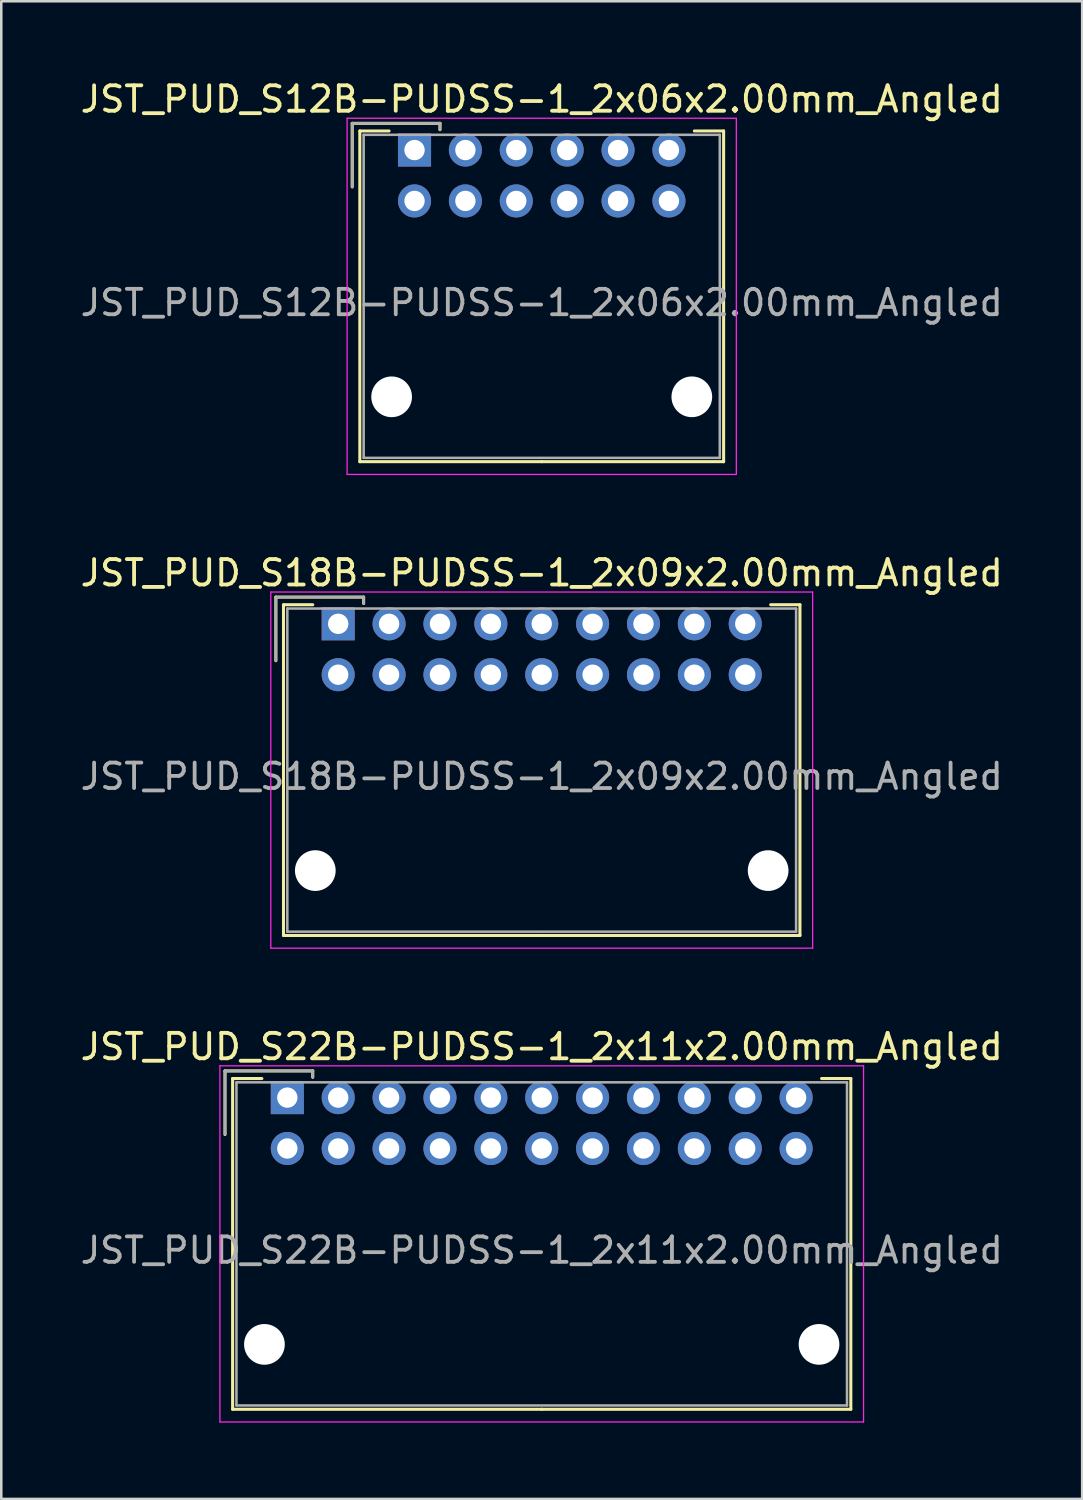
<source format=kicad_pcb>
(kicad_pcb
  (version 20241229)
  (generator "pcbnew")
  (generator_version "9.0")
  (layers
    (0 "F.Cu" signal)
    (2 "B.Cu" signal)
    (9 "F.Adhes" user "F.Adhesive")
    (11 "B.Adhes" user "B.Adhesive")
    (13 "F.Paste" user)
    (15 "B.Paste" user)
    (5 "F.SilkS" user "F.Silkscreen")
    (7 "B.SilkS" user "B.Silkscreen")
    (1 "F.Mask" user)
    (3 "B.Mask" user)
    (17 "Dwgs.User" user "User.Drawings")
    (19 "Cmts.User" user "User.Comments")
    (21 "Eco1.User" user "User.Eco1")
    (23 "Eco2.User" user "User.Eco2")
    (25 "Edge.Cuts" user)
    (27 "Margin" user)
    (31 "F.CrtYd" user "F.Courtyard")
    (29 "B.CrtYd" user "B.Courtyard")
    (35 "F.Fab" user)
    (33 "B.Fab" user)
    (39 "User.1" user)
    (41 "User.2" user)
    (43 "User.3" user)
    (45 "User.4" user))
  (footprint "JST_PUD_S12B-PUDSS-1_2x06x2.00mm_Angled"
    (layer "F.Cu")
    (at 13.244 2.848)
    (property "Reference" "JST_PUD_S12B-PUDSS-1_2x06x2.00mm_Angled" (at 5 -2 0) (layer "F.SilkS") (effects (font (size 1 1) (thickness 0.15))))
    (attr through_hole)
    (fp_line (start -2.45 -1.05) (end -2.45 1.45) (stroke (width 0.12) (type solid)) (layer "F.SilkS"))
    (fp_line (start -2.15 -0.75) (end -2.15 12.25) (stroke (width 0.12) (type solid)) (layer "F.SilkS"))
    (fp_line (start -2.15 12.25) (end 5 12.25) (stroke (width 0.12) (type solid)) (layer "F.SilkS"))
    (fp_line (start -1 -0.75) (end -2.15 -0.75) (stroke (width 0.12) (type solid)) (layer "F.SilkS"))
    (fp_line (start 1 -1.05) (end -2.45 -1.05) (stroke (width 0.12) (type solid)) (layer "F.SilkS"))
    (fp_line (start 1 -0.8) (end 1 -1.05) (stroke (width 0.12) (type solid)) (layer "F.SilkS"))
    (fp_line (start 11 -0.75) (end 12.15 -0.75) (stroke (width 0.12) (type solid)) (layer "F.SilkS"))
    (fp_line (start 12.15 -0.75) (end 12.15 12.25) (stroke (width 0.12) (type solid)) (layer "F.SilkS"))
    (fp_line (start 12.15 12.25) (end 5 12.25) (stroke (width 0.12) (type solid)) (layer "F.SilkS"))
    (fp_line (start -2.65 -1.25) (end -2.65 12.75) (stroke (width 0.05) (type solid)) (layer "F.CrtYd"))
    (fp_line (start -2.65 12.75) (end 12.65 12.75) (stroke (width 0.05) (type solid)) (layer "F.CrtYd"))
    (fp_line (start 12.65 -1.25) (end -2.65 -1.25) (stroke (width 0.05) (type solid)) (layer "F.CrtYd"))
    (fp_line (start 12.65 12.75) (end 12.65 -1.25) (stroke (width 0.05) (type solid)) (layer "F.CrtYd"))
    (fp_line (start -2.45 -1.05) (end -2.45 1.45) (stroke (width 0.1) (type solid)) (layer "F.Fab"))
    (fp_line (start -2 -0.6) (end -2 12.1) (stroke (width 0.1) (type solid)) (layer "F.Fab"))
    (fp_line (start -2 12.1) (end 12 12.1) (stroke (width 0.1) (type solid)) (layer "F.Fab"))
    (fp_line (start 1 -1.05) (end -2.45 -1.05) (stroke (width 0.1) (type solid)) (layer "F.Fab"))
    (fp_line (start 1 -0.8) (end 1 -1.05) (stroke (width 0.1) (type solid)) (layer "F.Fab"))
    (fp_line (start 12 -0.6) (end -2 -0.6) (stroke (width 0.1) (type solid)) (layer "F.Fab"))
    (fp_line (start 12 12.1) (end 12 -0.6) (stroke (width 0.1) (type solid)) (layer "F.Fab"))
    (fp_text user "${REFERENCE}" (at 5 6 0) (layer "F.Fab") (effects (font (size 1 1) (thickness 0.15))))
    (pad "" np_thru_hole circle (at -0.9 9.7) (size 1.6 1.6) (drill 1.6) (layers "*.Cu"))
    (pad "" np_thru_hole circle (at 10.9 9.7) (size 1.6 1.6) (drill 1.6) (layers "*.Cu"))
    (pad "1" thru_hole rect (at 0 0) (size 1.3 1.3) (drill 0.8) (layers "*.Cu" "*.Mask"))
    (pad "2" thru_hole circle (at 0 2) (size 1.3 1.3) (drill 0.8) (layers "*.Cu" "*.Mask"))
    (pad "3" thru_hole circle (at 2 0) (size 1.3 1.3) (drill 0.8) (layers "*.Cu" "*.Mask"))
    (pad "4" thru_hole circle (at 2 2) (size 1.3 1.3) (drill 0.8) (layers "*.Cu" "*.Mask"))
    (pad "5" thru_hole circle (at 4 0) (size 1.3 1.3) (drill 0.8) (layers "*.Cu" "*.Mask"))
    (pad "6" thru_hole circle (at 4 2) (size 1.3 1.3) (drill 0.8) (layers "*.Cu" "*.Mask"))
    (pad "7" thru_hole circle (at 6 0) (size 1.3 1.3) (drill 0.8) (layers "*.Cu" "*.Mask"))
    (pad "8" thru_hole circle (at 6 2) (size 1.3 1.3) (drill 0.8) (layers "*.Cu" "*.Mask"))
    (pad "9" thru_hole circle (at 8 0) (size 1.3 1.3) (drill 0.8) (layers "*.Cu" "*.Mask"))
    (pad "10" thru_hole circle (at 8 2) (size 1.3 1.3) (drill 0.8) (layers "*.Cu" "*.Mask"))
    (pad "11" thru_hole circle (at 10 0) (size 1.3 1.3) (drill 0.8) (layers "*.Cu" "*.Mask"))
    (pad "12" thru_hole circle (at 10 2) (size 1.3 1.3) (drill 0.8) (layers "*.Cu" "*.Mask")))
  (footprint "JST_PUD_S18B-PUDSS-1_2x09x2.00mm_Angled"
    (layer "F.Cu")
    (at 10.244 21.471)
    (property "Reference" "JST_PUD_S18B-PUDSS-1_2x09x2.00mm_Angled" (at 8 -2 0) (layer "F.SilkS") (effects (font (size 1 1) (thickness 0.15))))
    (attr through_hole)
    (fp_line (start -2.45 -1.05) (end -2.45 1.45) (stroke (width 0.12) (type solid)) (layer "F.SilkS"))
    (fp_line (start -2.15 -0.75) (end -2.15 12.25) (stroke (width 0.12) (type solid)) (layer "F.SilkS"))
    (fp_line (start -2.15 12.25) (end 8 12.25) (stroke (width 0.12) (type solid)) (layer "F.SilkS"))
    (fp_line (start -1 -0.75) (end -2.15 -0.75) (stroke (width 0.12) (type solid)) (layer "F.SilkS"))
    (fp_line (start 1 -1.05) (end -2.45 -1.05) (stroke (width 0.12) (type solid)) (layer "F.SilkS"))
    (fp_line (start 1 -0.8) (end 1 -1.05) (stroke (width 0.12) (type solid)) (layer "F.SilkS"))
    (fp_line (start 17 -0.75) (end 18.15 -0.75) (stroke (width 0.12) (type solid)) (layer "F.SilkS"))
    (fp_line (start 18.15 -0.75) (end 18.15 12.25) (stroke (width 0.12) (type solid)) (layer "F.SilkS"))
    (fp_line (start 18.15 12.25) (end 8 12.25) (stroke (width 0.12) (type solid)) (layer "F.SilkS"))
    (fp_line (start -2.65 -1.25) (end -2.65 12.75) (stroke (width 0.05) (type solid)) (layer "F.CrtYd"))
    (fp_line (start -2.65 12.75) (end 18.65 12.75) (stroke (width 0.05) (type solid)) (layer "F.CrtYd"))
    (fp_line (start 18.65 -1.25) (end -2.65 -1.25) (stroke (width 0.05) (type solid)) (layer "F.CrtYd"))
    (fp_line (start 18.65 12.75) (end 18.65 -1.25) (stroke (width 0.05) (type solid)) (layer "F.CrtYd"))
    (fp_line (start -2.45 -1.05) (end -2.45 1.45) (stroke (width 0.1) (type solid)) (layer "F.Fab"))
    (fp_line (start -2 -0.6) (end -2 12.1) (stroke (width 0.1) (type solid)) (layer "F.Fab"))
    (fp_line (start -2 12.1) (end 18 12.1) (stroke (width 0.1) (type solid)) (layer "F.Fab"))
    (fp_line (start 1 -1.05) (end -2.45 -1.05) (stroke (width 0.1) (type solid)) (layer "F.Fab"))
    (fp_line (start 1 -0.8) (end 1 -1.05) (stroke (width 0.1) (type solid)) (layer "F.Fab"))
    (fp_line (start 18 -0.6) (end -2 -0.6) (stroke (width 0.1) (type solid)) (layer "F.Fab"))
    (fp_line (start 18 12.1) (end 18 -0.6) (stroke (width 0.1) (type solid)) (layer "F.Fab"))
    (fp_text user "${REFERENCE}" (at 8 6 0) (layer "F.Fab") (effects (font (size 1 1) (thickness 0.15))))
    (pad "" np_thru_hole circle (at -0.9 9.7) (size 1.6 1.6) (drill 1.6) (layers "*.Cu"))
    (pad "" np_thru_hole circle (at 16.9 9.7) (size 1.6 1.6) (drill 1.6) (layers "*.Cu"))
    (pad "1" thru_hole rect (at 0 0) (size 1.3 1.3) (drill 0.8) (layers "*.Cu" "*.Mask"))
    (pad "2" thru_hole circle (at 0 2) (size 1.3 1.3) (drill 0.8) (layers "*.Cu" "*.Mask"))
    (pad "3" thru_hole circle (at 2 0) (size 1.3 1.3) (drill 0.8) (layers "*.Cu" "*.Mask"))
    (pad "4" thru_hole circle (at 2 2) (size 1.3 1.3) (drill 0.8) (layers "*.Cu" "*.Mask"))
    (pad "5" thru_hole circle (at 4 0) (size 1.3 1.3) (drill 0.8) (layers "*.Cu" "*.Mask"))
    (pad "6" thru_hole circle (at 4 2) (size 1.3 1.3) (drill 0.8) (layers "*.Cu" "*.Mask"))
    (pad "7" thru_hole circle (at 6 0) (size 1.3 1.3) (drill 0.8) (layers "*.Cu" "*.Mask"))
    (pad "8" thru_hole circle (at 6 2) (size 1.3 1.3) (drill 0.8) (layers "*.Cu" "*.Mask"))
    (pad "9" thru_hole circle (at 8 0) (size 1.3 1.3) (drill 0.8) (layers "*.Cu" "*.Mask"))
    (pad "10" thru_hole circle (at 8 2) (size 1.3 1.3) (drill 0.8) (layers "*.Cu" "*.Mask"))
    (pad "11" thru_hole circle (at 10 0) (size 1.3 1.3) (drill 0.8) (layers "*.Cu" "*.Mask"))
    (pad "12" thru_hole circle (at 10 2) (size 1.3 1.3) (drill 0.8) (layers "*.Cu" "*.Mask"))
    (pad "13" thru_hole circle (at 12 0) (size 1.3 1.3) (drill 0.8) (layers "*.Cu" "*.Mask"))
    (pad "14" thru_hole circle (at 12 2) (size 1.3 1.3) (drill 0.8) (layers "*.Cu" "*.Mask"))
    (pad "15" thru_hole circle (at 14 0) (size 1.3 1.3) (drill 0.8) (layers "*.Cu" "*.Mask"))
    (pad "16" thru_hole circle (at 14 2) (size 1.3 1.3) (drill 0.8) (layers "*.Cu" "*.Mask"))
    (pad "17" thru_hole circle (at 16 0) (size 1.3 1.3) (drill 0.8) (layers "*.Cu" "*.Mask"))
    (pad "18" thru_hole circle (at 16 2) (size 1.3 1.3) (drill 0.8) (layers "*.Cu" "*.Mask")))
  (footprint "JST_PUD_S22B-PUDSS-1_2x11x2.00mm_Angled"
    (layer "F.Cu")
    (at 8.244 40.095)
    (property "Reference" "JST_PUD_S22B-PUDSS-1_2x11x2.00mm_Angled" (at 10 -2 0) (layer "F.SilkS") (effects (font (size 1 1) (thickness 0.15))))
    (attr through_hole)
    (fp_line (start -2.45 -1.05) (end -2.45 1.45) (stroke (width 0.12) (type solid)) (layer "F.SilkS"))
    (fp_line (start -2.15 -0.75) (end -2.15 12.25) (stroke (width 0.12) (type solid)) (layer "F.SilkS"))
    (fp_line (start -2.15 12.25) (end 10 12.25) (stroke (width 0.12) (type solid)) (layer "F.SilkS"))
    (fp_line (start -1 -0.75) (end -2.15 -0.75) (stroke (width 0.12) (type solid)) (layer "F.SilkS"))
    (fp_line (start 1 -1.05) (end -2.45 -1.05) (stroke (width 0.12) (type solid)) (layer "F.SilkS"))
    (fp_line (start 1 -0.8) (end 1 -1.05) (stroke (width 0.12) (type solid)) (layer "F.SilkS"))
    (fp_line (start 21 -0.75) (end 22.15 -0.75) (stroke (width 0.12) (type solid)) (layer "F.SilkS"))
    (fp_line (start 22.15 -0.75) (end 22.15 12.25) (stroke (width 0.12) (type solid)) (layer "F.SilkS"))
    (fp_line (start 22.15 12.25) (end 10 12.25) (stroke (width 0.12) (type solid)) (layer "F.SilkS"))
    (fp_line (start -2.65 -1.25) (end -2.65 12.75) (stroke (width 0.05) (type solid)) (layer "F.CrtYd"))
    (fp_line (start -2.65 12.75) (end 22.65 12.75) (stroke (width 0.05) (type solid)) (layer "F.CrtYd"))
    (fp_line (start 22.65 -1.25) (end -2.65 -1.25) (stroke (width 0.05) (type solid)) (layer "F.CrtYd"))
    (fp_line (start 22.65 12.75) (end 22.65 -1.25) (stroke (width 0.05) (type solid)) (layer "F.CrtYd"))
    (fp_line (start -2.45 -1.05) (end -2.45 1.45) (stroke (width 0.1) (type solid)) (layer "F.Fab"))
    (fp_line (start -2 -0.6) (end -2 12.1) (stroke (width 0.1) (type solid)) (layer "F.Fab"))
    (fp_line (start -2 12.1) (end 22 12.1) (stroke (width 0.1) (type solid)) (layer "F.Fab"))
    (fp_line (start 1 -1.05) (end -2.45 -1.05) (stroke (width 0.1) (type solid)) (layer "F.Fab"))
    (fp_line (start 1 -0.8) (end 1 -1.05) (stroke (width 0.1) (type solid)) (layer "F.Fab"))
    (fp_line (start 22 -0.6) (end -2 -0.6) (stroke (width 0.1) (type solid)) (layer "F.Fab"))
    (fp_line (start 22 12.1) (end 22 -0.6) (stroke (width 0.1) (type solid)) (layer "F.Fab"))
    (fp_text user "${REFERENCE}" (at 10 6 0) (layer "F.Fab") (effects (font (size 1 1) (thickness 0.15))))
    (pad "" np_thru_hole circle (at -0.9 9.7) (size 1.6 1.6) (drill 1.6) (layers "*.Cu"))
    (pad "" np_thru_hole circle (at 20.9 9.7) (size 1.6 1.6) (drill 1.6) (layers "*.Cu"))
    (pad "1" thru_hole rect (at 0 0) (size 1.3 1.3) (drill 0.8) (layers "*.Cu" "*.Mask"))
    (pad "2" thru_hole circle (at 0 2) (size 1.3 1.3) (drill 0.8) (layers "*.Cu" "*.Mask"))
    (pad "3" thru_hole circle (at 2 0) (size 1.3 1.3) (drill 0.8) (layers "*.Cu" "*.Mask"))
    (pad "4" thru_hole circle (at 2 2) (size 1.3 1.3) (drill 0.8) (layers "*.Cu" "*.Mask"))
    (pad "5" thru_hole circle (at 4 0) (size 1.3 1.3) (drill 0.8) (layers "*.Cu" "*.Mask"))
    (pad "6" thru_hole circle (at 4 2) (size 1.3 1.3) (drill 0.8) (layers "*.Cu" "*.Mask"))
    (pad "7" thru_hole circle (at 6 0) (size 1.3 1.3) (drill 0.8) (layers "*.Cu" "*.Mask"))
    (pad "8" thru_hole circle (at 6 2) (size 1.3 1.3) (drill 0.8) (layers "*.Cu" "*.Mask"))
    (pad "9" thru_hole circle (at 8 0) (size 1.3 1.3) (drill 0.8) (layers "*.Cu" "*.Mask"))
    (pad "10" thru_hole circle (at 8 2) (size 1.3 1.3) (drill 0.8) (layers "*.Cu" "*.Mask"))
    (pad "11" thru_hole circle (at 10 0) (size 1.3 1.3) (drill 0.8) (layers "*.Cu" "*.Mask"))
    (pad "12" thru_hole circle (at 10 2) (size 1.3 1.3) (drill 0.8) (layers "*.Cu" "*.Mask"))
    (pad "13" thru_hole circle (at 12 0) (size 1.3 1.3) (drill 0.8) (layers "*.Cu" "*.Mask"))
    (pad "14" thru_hole circle (at 12 2) (size 1.3 1.3) (drill 0.8) (layers "*.Cu" "*.Mask"))
    (pad "15" thru_hole circle (at 14 0) (size 1.3 1.3) (drill 0.8) (layers "*.Cu" "*.Mask"))
    (pad "16" thru_hole circle (at 14 2) (size 1.3 1.3) (drill 0.8) (layers "*.Cu" "*.Mask"))
    (pad "17" thru_hole circle (at 16 0) (size 1.3 1.3) (drill 0.8) (layers "*.Cu" "*.Mask"))
    (pad "18" thru_hole circle (at 16 2) (size 1.3 1.3) (drill 0.8) (layers "*.Cu" "*.Mask"))
    (pad "19" thru_hole circle (at 18 0) (size 1.3 1.3) (drill 0.8) (layers "*.Cu" "*.Mask"))
    (pad "20" thru_hole circle (at 18 2) (size 1.3 1.3) (drill 0.8) (layers "*.Cu" "*.Mask"))
    (pad "21" thru_hole circle (at 20 0) (size 1.3 1.3) (drill 0.8) (layers "*.Cu" "*.Mask"))
    (pad "22" thru_hole circle (at 20 2) (size 1.3 1.3) (drill 0.8) (layers "*.Cu" "*.Mask")))
  (gr_rect
    (start -3 -3)
    (end 39.488 55.87)
    (stroke (width 0.1) (type default))
    (fill no)
    (layer "Edge.Cuts")))
</source>
